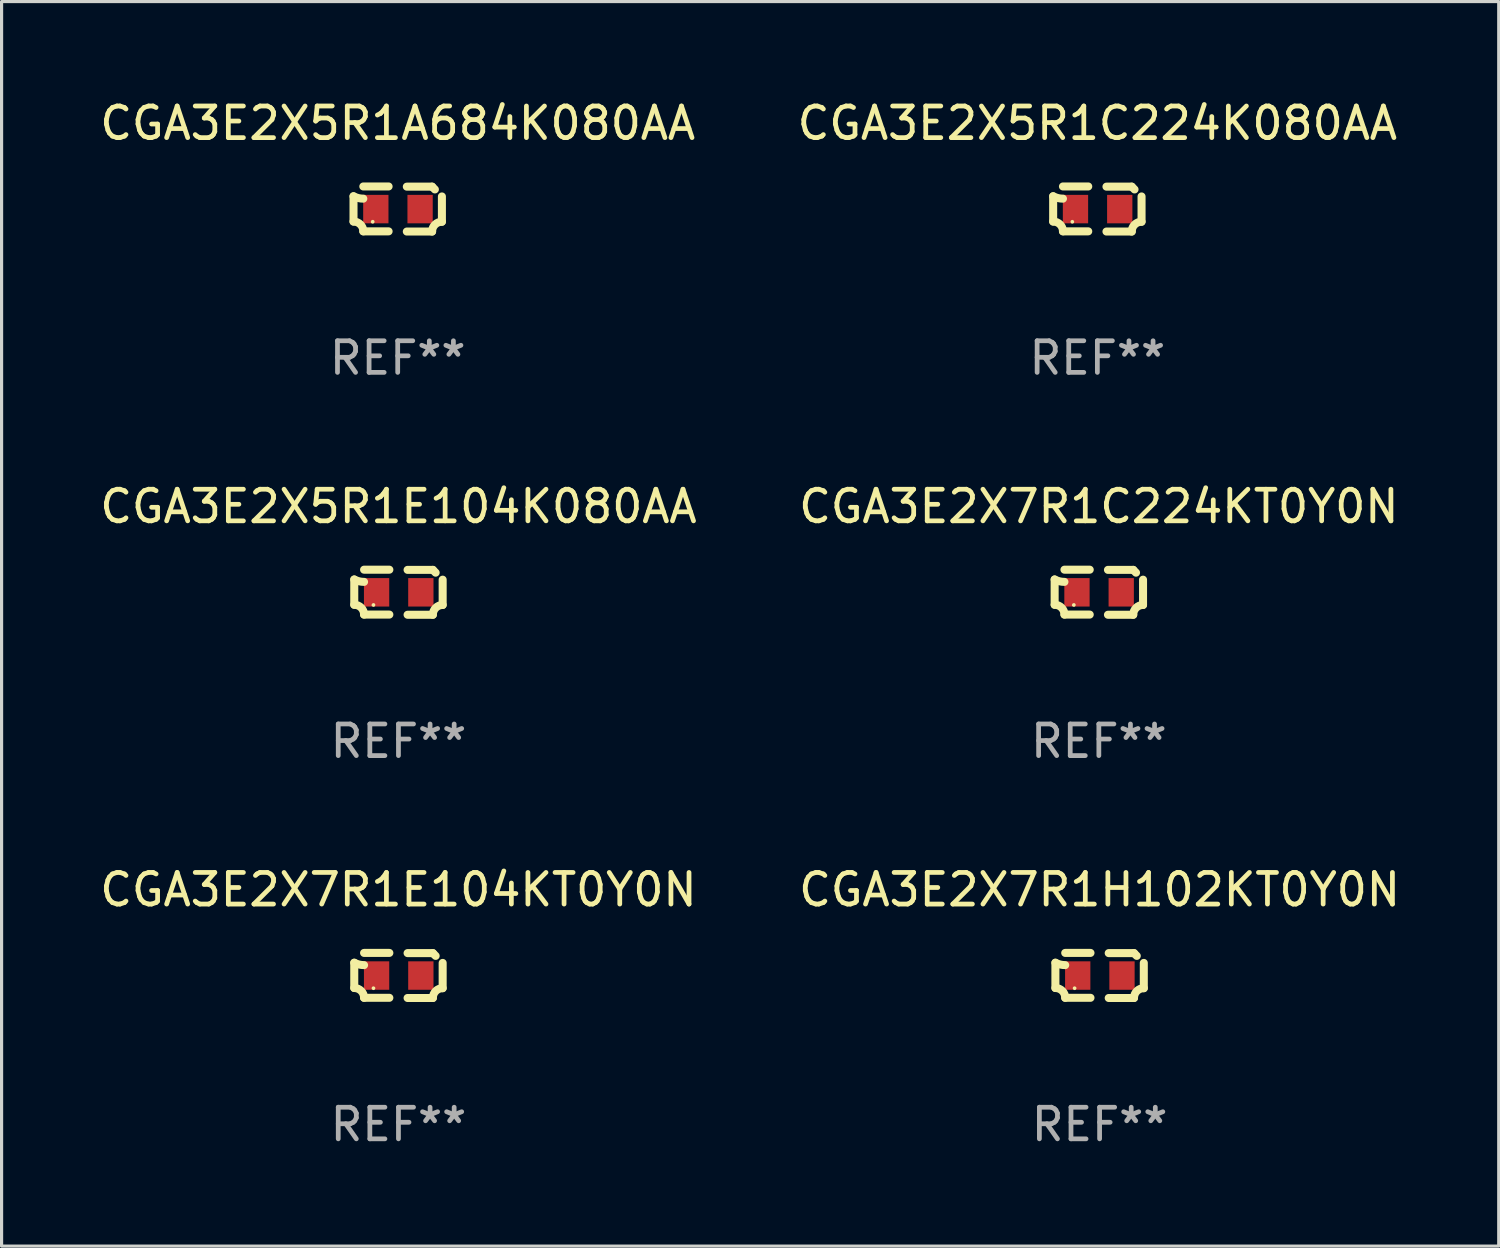
<source format=kicad_pcb>
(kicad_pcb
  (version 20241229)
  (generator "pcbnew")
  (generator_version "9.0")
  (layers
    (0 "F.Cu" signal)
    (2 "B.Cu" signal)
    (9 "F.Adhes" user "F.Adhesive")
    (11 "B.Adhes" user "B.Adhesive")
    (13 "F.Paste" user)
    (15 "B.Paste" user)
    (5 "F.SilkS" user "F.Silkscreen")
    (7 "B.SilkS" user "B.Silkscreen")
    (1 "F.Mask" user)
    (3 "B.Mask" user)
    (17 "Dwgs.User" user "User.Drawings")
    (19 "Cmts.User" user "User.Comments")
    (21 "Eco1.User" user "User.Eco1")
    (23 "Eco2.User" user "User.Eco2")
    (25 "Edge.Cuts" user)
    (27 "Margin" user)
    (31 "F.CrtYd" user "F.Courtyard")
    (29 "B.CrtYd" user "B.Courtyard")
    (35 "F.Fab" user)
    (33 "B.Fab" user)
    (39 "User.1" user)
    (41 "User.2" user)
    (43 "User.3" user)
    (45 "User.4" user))
  (footprint "CGA3E2X5R1E104K080AA"
    (layer "F.Cu")
    (at 9.554 15.683)
    (property "Reference" "CGA3E2X5R1E104K080AA" (at 0 -2.713 0) (layer "F.SilkS") (effects (font (size 1 1) (thickness 0.15))))
    (attr through_hole)
    (fp_line (start -1.398 -0.403) (end -1.398 0.397) (stroke (width 0.254) (type solid)) (layer "F.SilkS"))
    (fp_line (start -0.288 -0.713) (end -1.088 -0.713) (stroke (width 0.254) (type solid)) (layer "F.SilkS"))
    (fp_line (start -0.288 0.707) (end -1.088 0.707) (stroke (width 0.254) (type solid)) (layer "F.SilkS"))
    (fp_line (start 0.288 -0.707) (end 1.088 -0.707) (stroke (width 0.254) (type solid)) (layer "F.SilkS"))
    (fp_line (start 0.288 0.713) (end 1.088 0.713) (stroke (width 0.254) (type solid)) (layer "F.SilkS"))
    (fp_line (start 1.398 -0.397) (end 1.398 0.403) (stroke (width 0.254) (type solid)) (layer "F.SilkS"))
    (fp_arc (start -1.397789 0.397066) (mid -1.178701 0.487826) (end -1.08796 0.706922) (stroke (width 0.254001) (type solid)) (layer "F.SilkS"))
    (fp_arc (start -1.08796 -0.327176) (mid -1.247436 -0.346384) (end -1.39779 -0.402908) (stroke (width 0.254001) (type solid)) (layer "F.SilkS"))
    (fp_arc (start 1.087909 0.712738) (mid 1.178656 0.493655) (end 1.397739 0.402908) (stroke (width 0.254001) (type solid)) (layer "F.SilkS"))
    (fp_arc (start 1.175925 -0.618926) (mid 1.131917 -0.662923) (end 1.08791 -0.706922) (stroke (width 0.254001) (type solid)) (layer "F.SilkS"))
    (fp_circle (center -0.792 0.403) (end -0.762 0.403) (stroke (width 0.06) (type solid)) (fill no) (layer "F.SilkS"))
    (fp_text user "REF**" (at 0 4.713 0) (layer "F.Fab") (effects (font (size 1 1) (thickness 0.15))))
    (pad "1" smd rect (at -0.692 0.003) (size 0.8 0.9) (layers "F.Cu" "F.Mask" "F.Paste"))
    (pad "2" smd rect (at 0.708 0.003) (size 0.8 0.9) (layers "F.Cu" "F.Mask" "F.Paste")))
  (footprint "CGA3E2X5R1A684K080AA"
    (layer "F.Cu")
    (at 9.53 3.561)
    (property "Reference" "CGA3E2X5R1A684K080AA" (at 0 -2.713 0) (layer "F.SilkS") (effects (font (size 1 1) (thickness 0.15))))
    (attr through_hole)
    (fp_line (start -1.398 -0.403) (end -1.398 0.397) (stroke (width 0.254) (type solid)) (layer "F.SilkS"))
    (fp_line (start -0.288 -0.713) (end -1.088 -0.713) (stroke (width 0.254) (type solid)) (layer "F.SilkS"))
    (fp_line (start -0.288 0.707) (end -1.088 0.707) (stroke (width 0.254) (type solid)) (layer "F.SilkS"))
    (fp_line (start 0.288 -0.707) (end 1.088 -0.707) (stroke (width 0.254) (type solid)) (layer "F.SilkS"))
    (fp_line (start 0.288 0.713) (end 1.088 0.713) (stroke (width 0.254) (type solid)) (layer "F.SilkS"))
    (fp_line (start 1.398 -0.397) (end 1.398 0.403) (stroke (width 0.254) (type solid)) (layer "F.SilkS"))
    (fp_arc (start -1.397789 0.397066) (mid -1.178701 0.487826) (end -1.08796 0.706922) (stroke (width 0.254001) (type solid)) (layer "F.SilkS"))
    (fp_arc (start -1.08796 -0.327176) (mid -1.247436 -0.346384) (end -1.39779 -0.402908) (stroke (width 0.254001) (type solid)) (layer "F.SilkS"))
    (fp_arc (start 1.087909 0.712738) (mid 1.178656 0.493655) (end 1.397739 0.402908) (stroke (width 0.254001) (type solid)) (layer "F.SilkS"))
    (fp_arc (start 1.175925 -0.618926) (mid 1.131917 -0.662923) (end 1.08791 -0.706922) (stroke (width 0.254001) (type solid)) (layer "F.SilkS"))
    (fp_circle (center -0.792 0.403) (end -0.762 0.403) (stroke (width 0.06) (type solid)) (fill no) (layer "F.SilkS"))
    (fp_text user "REF**" (at 0 4.713 0) (layer "F.Fab") (effects (font (size 1 1) (thickness 0.15))))
    (pad "1" smd rect (at -0.692 0.003) (size 0.8 0.9) (layers "F.Cu" "F.Mask" "F.Paste"))
    (pad "2" smd rect (at 0.708 0.003) (size 0.8 0.9) (layers "F.Cu" "F.Mask" "F.Paste")))
  (footprint "CGA3E2X7R1H102KT0Y0N"
    (layer "F.Cu")
    (at 31.732 27.805)
    (property "Reference" "CGA3E2X7R1H102KT0Y0N" (at 0 -2.713 0) (layer "F.SilkS") (effects (font (size 1 1) (thickness 0.15))))
    (attr through_hole)
    (fp_line (start -1.398 -0.403) (end -1.398 0.397) (stroke (width 0.254) (type solid)) (layer "F.SilkS"))
    (fp_line (start -0.288 -0.713) (end -1.088 -0.713) (stroke (width 0.254) (type solid)) (layer "F.SilkS"))
    (fp_line (start -0.288 0.707) (end -1.088 0.707) (stroke (width 0.254) (type solid)) (layer "F.SilkS"))
    (fp_line (start 0.288 -0.707) (end 1.088 -0.707) (stroke (width 0.254) (type solid)) (layer "F.SilkS"))
    (fp_line (start 0.288 0.713) (end 1.088 0.713) (stroke (width 0.254) (type solid)) (layer "F.SilkS"))
    (fp_line (start 1.398 -0.397) (end 1.398 0.403) (stroke (width 0.254) (type solid)) (layer "F.SilkS"))
    (fp_arc (start -1.397789 0.397066) (mid -1.178701 0.487826) (end -1.08796 0.706922) (stroke (width 0.254001) (type solid)) (layer "F.SilkS"))
    (fp_arc (start -1.08796 -0.327176) (mid -1.247436 -0.346384) (end -1.39779 -0.402908) (stroke (width 0.254001) (type solid)) (layer "F.SilkS"))
    (fp_arc (start 1.087909 0.712738) (mid 1.178656 0.493655) (end 1.397739 0.402908) (stroke (width 0.254001) (type solid)) (layer "F.SilkS"))
    (fp_arc (start 1.175925 -0.618926) (mid 1.131917 -0.662923) (end 1.08791 -0.706922) (stroke (width 0.254001) (type solid)) (layer "F.SilkS"))
    (fp_circle (center -0.792 0.403) (end -0.762 0.403) (stroke (width 0.06) (type solid)) (fill no) (layer "F.SilkS"))
    (fp_text user "REF**" (at 0 4.713 0) (layer "F.Fab") (effects (font (size 1 1) (thickness 0.15))))
    (pad "1" smd rect (at -0.692 0.003) (size 0.8 0.9) (layers "F.Cu" "F.Mask" "F.Paste"))
    (pad "2" smd rect (at 0.708 0.003) (size 0.8 0.9) (layers "F.Cu" "F.Mask" "F.Paste")))
  (footprint "CGA3E2X7R1E104KT0Y0N"
    (layer "F.Cu")
    (at 9.554 27.805)
    (property "Reference" "CGA3E2X7R1E104KT0Y0N" (at 0 -2.713 0) (layer "F.SilkS") (effects (font (size 1 1) (thickness 0.15))))
    (attr through_hole)
    (fp_line (start -1.398 -0.403) (end -1.398 0.397) (stroke (width 0.254) (type solid)) (layer "F.SilkS"))
    (fp_line (start -0.288 -0.713) (end -1.088 -0.713) (stroke (width 0.254) (type solid)) (layer "F.SilkS"))
    (fp_line (start -0.288 0.707) (end -1.088 0.707) (stroke (width 0.254) (type solid)) (layer "F.SilkS"))
    (fp_line (start 0.288 -0.707) (end 1.088 -0.707) (stroke (width 0.254) (type solid)) (layer "F.SilkS"))
    (fp_line (start 0.288 0.713) (end 1.088 0.713) (stroke (width 0.254) (type solid)) (layer "F.SilkS"))
    (fp_line (start 1.398 -0.397) (end 1.398 0.403) (stroke (width 0.254) (type solid)) (layer "F.SilkS"))
    (fp_arc (start -1.397789 0.397066) (mid -1.178701 0.487826) (end -1.08796 0.706922) (stroke (width 0.254001) (type solid)) (layer "F.SilkS"))
    (fp_arc (start -1.08796 -0.327176) (mid -1.247436 -0.346384) (end -1.39779 -0.402908) (stroke (width 0.254001) (type solid)) (layer "F.SilkS"))
    (fp_arc (start 1.087909 0.712738) (mid 1.178656 0.493655) (end 1.397739 0.402908) (stroke (width 0.254001) (type solid)) (layer "F.SilkS"))
    (fp_arc (start 1.175925 -0.618926) (mid 1.131917 -0.662923) (end 1.08791 -0.706922) (stroke (width 0.254001) (type solid)) (layer "F.SilkS"))
    (fp_circle (center -0.792 0.403) (end -0.762 0.403) (stroke (width 0.06) (type solid)) (fill no) (layer "F.SilkS"))
    (fp_text user "REF**" (at 0 4.713 0) (layer "F.Fab") (effects (font (size 1 1) (thickness 0.15))))
    (pad "1" smd rect (at -0.692 0.003) (size 0.8 0.9) (layers "F.Cu" "F.Mask" "F.Paste"))
    (pad "2" smd rect (at 0.708 0.003) (size 0.8 0.9) (layers "F.Cu" "F.Mask" "F.Paste")))
  (footprint "CGA3E2X5R1C224K080AA"
    (layer "F.Cu")
    (at 31.661 3.561)
    (property "Reference" "CGA3E2X5R1C224K080AA" (at 0 -2.713 0) (layer "F.SilkS") (effects (font (size 1 1) (thickness 0.15))))
    (attr through_hole)
    (fp_line (start -1.398 -0.403) (end -1.398 0.397) (stroke (width 0.254) (type solid)) (layer "F.SilkS"))
    (fp_line (start -0.288 -0.713) (end -1.088 -0.713) (stroke (width 0.254) (type solid)) (layer "F.SilkS"))
    (fp_line (start -0.288 0.707) (end -1.088 0.707) (stroke (width 0.254) (type solid)) (layer "F.SilkS"))
    (fp_line (start 0.288 -0.707) (end 1.088 -0.707) (stroke (width 0.254) (type solid)) (layer "F.SilkS"))
    (fp_line (start 0.288 0.713) (end 1.088 0.713) (stroke (width 0.254) (type solid)) (layer "F.SilkS"))
    (fp_line (start 1.398 -0.397) (end 1.398 0.403) (stroke (width 0.254) (type solid)) (layer "F.SilkS"))
    (fp_arc (start -1.397789 0.397066) (mid -1.178701 0.487826) (end -1.08796 0.706922) (stroke (width 0.254001) (type solid)) (layer "F.SilkS"))
    (fp_arc (start -1.08796 -0.327176) (mid -1.247436 -0.346384) (end -1.39779 -0.402908) (stroke (width 0.254001) (type solid)) (layer "F.SilkS"))
    (fp_arc (start 1.087909 0.712738) (mid 1.178656 0.493655) (end 1.397739 0.402908) (stroke (width 0.254001) (type solid)) (layer "F.SilkS"))
    (fp_arc (start 1.175925 -0.618926) (mid 1.131917 -0.662923) (end 1.08791 -0.706922) (stroke (width 0.254001) (type solid)) (layer "F.SilkS"))
    (fp_circle (center -0.792 0.403) (end -0.762 0.403) (stroke (width 0.06) (type solid)) (fill no) (layer "F.SilkS"))
    (fp_text user "REF**" (at 0 4.713 0) (layer "F.Fab") (effects (font (size 1 1) (thickness 0.15))))
    (pad "1" smd rect (at -0.692 0.003) (size 0.8 0.9) (layers "F.Cu" "F.Mask" "F.Paste"))
    (pad "2" smd rect (at 0.708 0.003) (size 0.8 0.9) (layers "F.Cu" "F.Mask" "F.Paste")))
  (footprint "CGA3E2X7R1C224KT0Y0N"
    (layer "F.Cu")
    (at 31.708 15.683)
    (property "Reference" "CGA3E2X7R1C224KT0Y0N" (at 0 -2.713 0) (layer "F.SilkS") (effects (font (size 1 1) (thickness 0.15))))
    (attr through_hole)
    (fp_line (start -1.398 -0.403) (end -1.398 0.397) (stroke (width 0.254) (type solid)) (layer "F.SilkS"))
    (fp_line (start -0.288 -0.713) (end -1.088 -0.713) (stroke (width 0.254) (type solid)) (layer "F.SilkS"))
    (fp_line (start -0.288 0.707) (end -1.088 0.707) (stroke (width 0.254) (type solid)) (layer "F.SilkS"))
    (fp_line (start 0.288 -0.707) (end 1.088 -0.707) (stroke (width 0.254) (type solid)) (layer "F.SilkS"))
    (fp_line (start 0.288 0.713) (end 1.088 0.713) (stroke (width 0.254) (type solid)) (layer "F.SilkS"))
    (fp_line (start 1.398 -0.397) (end 1.398 0.403) (stroke (width 0.254) (type solid)) (layer "F.SilkS"))
    (fp_arc (start -1.397789 0.397066) (mid -1.178701 0.487826) (end -1.08796 0.706922) (stroke (width 0.254001) (type solid)) (layer "F.SilkS"))
    (fp_arc (start -1.08796 -0.327176) (mid -1.247436 -0.346384) (end -1.39779 -0.402908) (stroke (width 0.254001) (type solid)) (layer "F.SilkS"))
    (fp_arc (start 1.087909 0.712738) (mid 1.178656 0.493655) (end 1.397739 0.402908) (stroke (width 0.254001) (type solid)) (layer "F.SilkS"))
    (fp_arc (start 1.175925 -0.618926) (mid 1.131917 -0.662923) (end 1.08791 -0.706922) (stroke (width 0.254001) (type solid)) (layer "F.SilkS"))
    (fp_circle (center -0.792 0.403) (end -0.762 0.403) (stroke (width 0.06) (type solid)) (fill no) (layer "F.SilkS"))
    (fp_text user "REF**" (at 0 4.713 0) (layer "F.Fab") (effects (font (size 1 1) (thickness 0.15))))
    (pad "1" smd rect (at -0.692 0.003) (size 0.8 0.9) (layers "F.Cu" "F.Mask" "F.Paste"))
    (pad "2" smd rect (at 0.708 0.003) (size 0.8 0.9) (layers "F.Cu" "F.Mask" "F.Paste")))
  (gr_rect
    (start -3 -3)
    (end 44.357 36.366)
    (stroke (width 0.1) (type default))
    (fill no)
    (layer "Edge.Cuts")))
</source>
